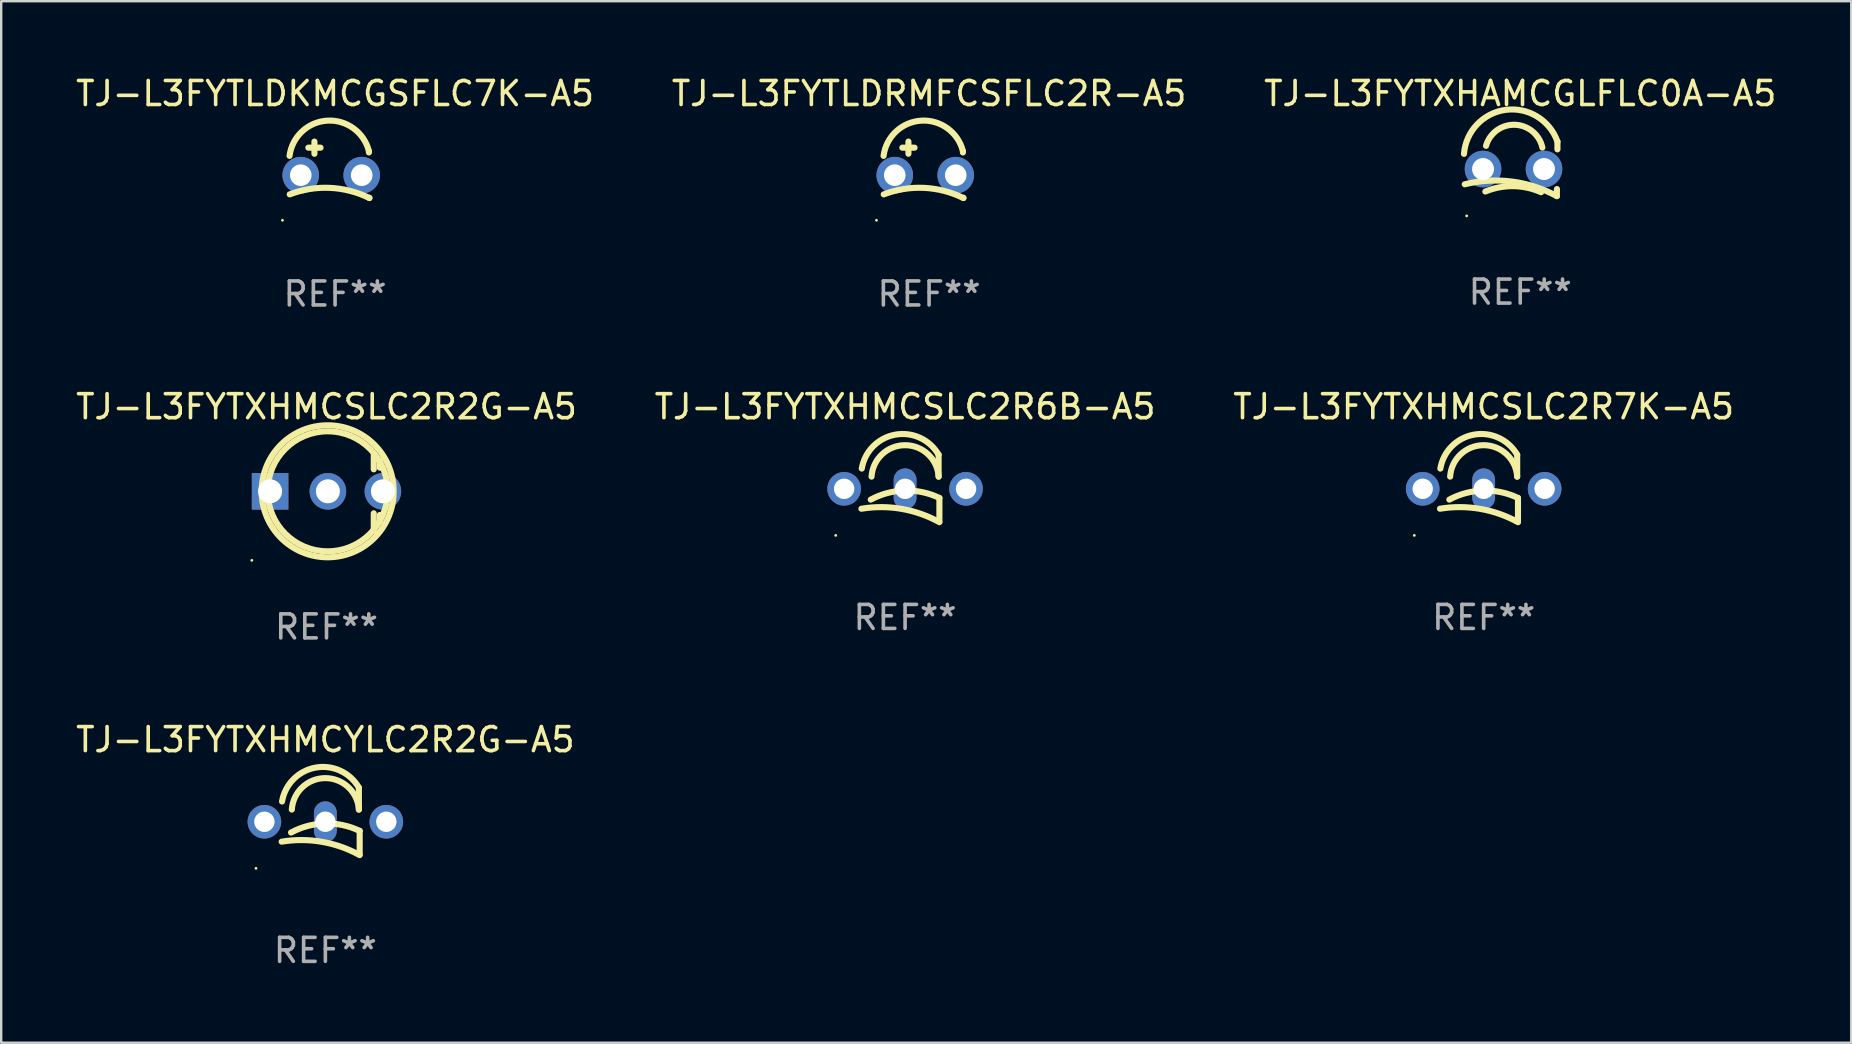
<source format=kicad_pcb>
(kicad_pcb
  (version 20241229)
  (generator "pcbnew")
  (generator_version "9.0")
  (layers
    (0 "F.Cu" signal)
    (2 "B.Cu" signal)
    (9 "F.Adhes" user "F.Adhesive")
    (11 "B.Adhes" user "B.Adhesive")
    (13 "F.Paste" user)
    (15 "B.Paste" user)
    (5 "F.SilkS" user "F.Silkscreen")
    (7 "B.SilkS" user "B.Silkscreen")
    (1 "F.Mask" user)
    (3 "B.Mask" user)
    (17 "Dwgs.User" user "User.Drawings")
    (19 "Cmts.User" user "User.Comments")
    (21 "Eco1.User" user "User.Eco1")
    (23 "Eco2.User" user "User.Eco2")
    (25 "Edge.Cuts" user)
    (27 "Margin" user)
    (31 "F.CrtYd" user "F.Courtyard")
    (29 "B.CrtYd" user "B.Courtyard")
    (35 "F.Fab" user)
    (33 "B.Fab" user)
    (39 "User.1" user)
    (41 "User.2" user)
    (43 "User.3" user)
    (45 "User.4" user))
  (footprint "TJ-L3FYTLDKMCGSFLC7K-A5"
    (layer "F.Cu")
    (at 10.911 4.025)
    (property "Reference" "TJ-L3FYTLDKMCGSFLC7K-A5" (at 0 -3.176 0) (layer "F.SilkS") (effects (font (size 1 1) (thickness 0.15))))
    (attr through_hole)
    (fp_line (start -1.114 -0.922) (end -0.606 -0.922) (stroke (width 0.254) (type solid)) (layer "F.SilkS"))
    (fp_line (start -0.86 -1.176) (end -0.86 -0.668) (stroke (width 0.254) (type solid)) (layer "F.SilkS"))
    (fp_line (start 1.41 -0.776) (end 1.41 -0.723) (stroke (width 0.254) (type solid)) (layer "F.SilkS"))
    (fp_line (start 1.43 1.176) (end 1.43 1.164) (stroke (width 0.254) (type solid)) (layer "F.SilkS"))
    (fp_arc (start -1.896915 -0.579704) (mid -0.324751 -2.048067) (end 1.4103 -0.776302) (stroke (width 0.254001) (type solid)) (layer "F.SilkS"))
    (fp_arc (start -1.8897 1.023698) (mid -0.214006 0.752438) (end 1.429731 1.176302) (stroke (width 0.254001) (type solid)) (layer "F.SilkS"))
    (fp_circle (center -2.192 2.103) (end -2.162 2.103) (stroke (width 0.06) (type solid)) (fill no) (layer "F.SilkS"))
    (fp_text user "REF**" (at 0 5.176 0) (layer "F.Fab") (effects (font (size 1 1) (thickness 0.15))))
    (pad "1" thru_hole circle (at -1.43 0.224) (size 1.524 1.524) (drill 0.9) (layers "*.Cu" "*.Mask"))
    (pad "2" thru_hole circle (at 1.11 0.224) (size 1.524 1.524) (drill 0.9) (layers "*.Cu" "*.Mask")))
  (footprint "TJ-L3FYTXHMCSLC2R6B-A5"
    (layer "F.Cu")
    (at 34.661 17.287)
    (property "Reference" "TJ-L3FYTXHMCSLC2R6B-A5" (at 0 -3.39 0) (layer "F.SilkS") (effects (font (size 1 1) (thickness 0.15))))
    (attr through_hole)
    (fp_line (start 1.397 -0.478) (end 1.397 -1.39) (stroke (width 0.254) (type solid)) (layer "F.SilkS"))
    (fp_line (start 1.43 0.41) (end 1.43 1.39) (stroke (width 0.254) (type solid)) (layer "F.SilkS"))
    (fp_arc (start -1.81999 0.859995) (mid -0.147702 0.865515) (end 1.429997 1.41999) (stroke (width 0.254001) (type solid)) (layer "F.SilkS"))
    (fp_arc (start -1.804597 -0.813437) (mid -0.406468 -2.227145) (end 1.397003 -1.389992) (stroke (width 0.254001) (type solid)) (layer "F.SilkS"))
    (fp_arc (start -1.429997 0.48001) (mid -0.008386 0.102367) (end 1.429998 0.410007) (stroke (width 0.254001) (type solid)) (layer "F.SilkS"))
    (fp_arc (start -1.397003 -0.478003) (mid 0 -1.788385) (end 1.397003 -0.478004) (stroke (width 0.254001) (type solid)) (layer "F.SilkS"))
    (fp_circle (center -2.89 1.971) (end -2.86 1.971) (stroke (width 0.06) (type solid)) (fill no) (layer "F.SilkS"))
    (fp_text user "REF**" (at 0 5.39 0) (layer "F.Fab") (effects (font (size 1 1) (thickness 0.15))))
    (pad "1" thru_hole circle (at -2.54 0.03) (size 1.4 1.4) (drill 0.85) (layers "*.Cu" "*.Mask"))
    (pad "2" thru_hole oval (at 0 0.03) (size 0.95 1.7) (drill oval 0.85 0.85) (layers "*.Cu" "*.Mask"))
    (pad "3" thru_hole circle (at 2.54 0.03) (size 1.4 1.4) (drill 0.85) (layers "*.Cu" "*.Mask")))
  (footprint "TJ-L3FYTXHMCYLC2R2G-A5"
    (layer "F.Cu")
    (at 10.506 31.159)
    (property "Reference" "TJ-L3FYTXHMCYLC2R2G-A5" (at 0 -3.39 0) (layer "F.SilkS") (effects (font (size 1 1) (thickness 0.15))))
    (attr through_hole)
    (fp_line (start 1.397 -0.478) (end 1.397 -1.39) (stroke (width 0.254) (type solid)) (layer "F.SilkS"))
    (fp_line (start 1.43 0.41) (end 1.43 1.39) (stroke (width 0.254) (type solid)) (layer "F.SilkS"))
    (fp_arc (start -1.81999 0.859995) (mid -0.147702 0.865515) (end 1.429997 1.41999) (stroke (width 0.254001) (type solid)) (layer "F.SilkS"))
    (fp_arc (start -1.804597 -0.813437) (mid -0.406468 -2.227145) (end 1.397003 -1.389992) (stroke (width 0.254001) (type solid)) (layer "F.SilkS"))
    (fp_arc (start -1.429997 0.48001) (mid -0.008386 0.102367) (end 1.429998 0.410007) (stroke (width 0.254001) (type solid)) (layer "F.SilkS"))
    (fp_arc (start -1.397003 -0.478003) (mid 0 -1.788385) (end 1.397003 -0.478004) (stroke (width 0.254001) (type solid)) (layer "F.SilkS"))
    (fp_circle (center -2.89 1.971) (end -2.86 1.971) (stroke (width 0.06) (type solid)) (fill no) (layer "F.SilkS"))
    (fp_text user "REF**" (at 0 5.39 0) (layer "F.Fab") (effects (font (size 1 1) (thickness 0.15))))
    (pad "1" thru_hole circle (at -2.54 0.03) (size 1.4 1.4) (drill 0.85) (layers "*.Cu" "*.Mask"))
    (pad "2" thru_hole oval (at 0 0.03) (size 0.95 1.7) (drill oval 0.85 0.85) (layers "*.Cu" "*.Mask"))
    (pad "3" thru_hole circle (at 2.54 0.03) (size 1.4 1.4) (drill 0.85) (layers "*.Cu" "*.Mask")))
  (footprint "TJ-L3FYTLDRMFCSFLC2R-A5"
    (layer "F.Cu")
    (at 35.661 4.025)
    (property "Reference" "TJ-L3FYTLDRMFCSFLC2R-A5" (at 0 -3.176 0) (layer "F.SilkS") (effects (font (size 1 1) (thickness 0.15))))
    (attr through_hole)
    (fp_line (start -1.114 -0.922) (end -0.606 -0.922) (stroke (width 0.254) (type solid)) (layer "F.SilkS"))
    (fp_line (start -0.86 -1.176) (end -0.86 -0.668) (stroke (width 0.254) (type solid)) (layer "F.SilkS"))
    (fp_line (start 1.41 -0.776) (end 1.41 -0.723) (stroke (width 0.254) (type solid)) (layer "F.SilkS"))
    (fp_line (start 1.43 1.176) (end 1.43 1.164) (stroke (width 0.254) (type solid)) (layer "F.SilkS"))
    (fp_arc (start -1.896915 -0.579704) (mid -0.324751 -2.048067) (end 1.4103 -0.776302) (stroke (width 0.254001) (type solid)) (layer "F.SilkS"))
    (fp_arc (start -1.8897 1.023698) (mid -0.214006 0.752438) (end 1.429731 1.176302) (stroke (width 0.254001) (type solid)) (layer "F.SilkS"))
    (fp_circle (center -2.192 2.103) (end -2.162 2.103) (stroke (width 0.06) (type solid)) (fill no) (layer "F.SilkS"))
    (fp_text user "REF**" (at 0 5.176 0) (layer "F.Fab") (effects (font (size 1 1) (thickness 0.15))))
    (pad "1" thru_hole circle (at -1.43 0.224) (size 1.524 1.524) (drill 0.9) (layers "*.Cu" "*.Mask"))
    (pad "2" thru_hole circle (at 1.11 0.224) (size 1.524 1.524) (drill 0.9) (layers "*.Cu" "*.Mask")))
  (footprint "TJ-L3FYTXHMCSLC2R7K-A5"
    (layer "F.Cu")
    (at 58.768 17.287)
    (property "Reference" "TJ-L3FYTXHMCSLC2R7K-A5" (at 0 -3.39 0) (layer "F.SilkS") (effects (font (size 1 1) (thickness 0.15))))
    (attr through_hole)
    (fp_line (start 1.397 -0.478) (end 1.397 -1.39) (stroke (width 0.254) (type solid)) (layer "F.SilkS"))
    (fp_line (start 1.43 0.41) (end 1.43 1.39) (stroke (width 0.254) (type solid)) (layer "F.SilkS"))
    (fp_arc (start -1.81999 0.859995) (mid -0.147702 0.865515) (end 1.429997 1.41999) (stroke (width 0.254001) (type solid)) (layer "F.SilkS"))
    (fp_arc (start -1.804597 -0.813437) (mid -0.406468 -2.227145) (end 1.397003 -1.389992) (stroke (width 0.254001) (type solid)) (layer "F.SilkS"))
    (fp_arc (start -1.429997 0.48001) (mid -0.008386 0.102367) (end 1.429998 0.410007) (stroke (width 0.254001) (type solid)) (layer "F.SilkS"))
    (fp_arc (start -1.397003 -0.478003) (mid 0 -1.788385) (end 1.397003 -0.478004) (stroke (width 0.254001) (type solid)) (layer "F.SilkS"))
    (fp_circle (center -2.89 1.971) (end -2.86 1.971) (stroke (width 0.06) (type solid)) (fill no) (layer "F.SilkS"))
    (fp_text user "REF**" (at 0 5.39 0) (layer "F.Fab") (effects (font (size 1 1) (thickness 0.15))))
    (pad "1" thru_hole circle (at -2.54 0.03) (size 1.4 1.4) (drill 0.85) (layers "*.Cu" "*.Mask"))
    (pad "2" thru_hole oval (at 0 0.03) (size 0.95 1.7) (drill oval 0.85 0.85) (layers "*.Cu" "*.Mask"))
    (pad "3" thru_hole circle (at 2.54 0.03) (size 1.4 1.4) (drill 0.85) (layers "*.Cu" "*.Mask")))
  (footprint "TJ-L3FYTXHAMCGLFLC0A-A5"
    (layer "F.Cu")
    (at 60.292 3.985)
    (property "Reference" "TJ-L3FYTXHAMCGLFLC0A-A5" (at 0 -3.137 0) (layer "F.SilkS") (effects (font (size 1 1) (thickness 0.15))))
    (attr through_hole)
    (fp_line (start 1.529 0.842) (end 1.525 1.137) (stroke (width 0.254) (type solid)) (layer "F.SilkS"))
    (fp_line (start 1.55 -1.137) (end 1.55 -0.811) (stroke (width 0.254) (type solid)) (layer "F.SilkS"))
    (fp_arc (start -2.344336 -0.624664) (mid -0.604362 -2.457931) (end 1.550229 -1.136525) (stroke (width 0.254001) (type solid)) (layer "F.SilkS"))
    (fp_arc (start -2.31223 0.643358) (mid -0.347208 0.529557) (end 1.525184 1.136526) (stroke (width 0.254001) (type solid)) (layer "F.SilkS"))
    (fp_arc (start -1.45348 0.944425) (mid -0.289454 0.72139) (end 0.868415 0.974448) (stroke (width 0.254001) (type solid)) (layer "F.SilkS"))
    (fp_arc (start -1.426174 -0.958548) (mid -0.223791 -1.836179) (end 0.922695 -0.88669) (stroke (width 0.254001) (type solid)) (layer "F.SilkS"))
    (fp_circle (center -2.231 1.96) (end -2.201 1.96) (stroke (width 0.06) (type solid)) (fill no) (layer "F.SilkS"))
    (fp_text user "REF**" (at 0 5.137 0) (layer "F.Fab") (effects (font (size 1 1) (thickness 0.15))))
    (pad "1" thru_hole circle (at -1.55 0.008) (size 1.524 1.524) (drill 0.914) (layers "*.Cu" "*.Mask"))
    (pad "2" thru_hole circle (at 0.99 0.008) (size 1.524 1.524) (drill 0.914) (layers "*.Cu" "*.Mask")))
  (footprint "TJ-L3FYTXHMCSLC2R2G-A5"
    (layer "F.Cu")
    (at 10.554 17.485)
    (property "Reference" "TJ-L3FYTXHMCSLC2R2G-A5" (at 0 -3.588 0) (layer "F.SilkS") (effects (font (size 1 1) (thickness 0.15))))
    (attr through_hole)
    (fp_line (start 1.969 -1.588) (end 1.969 -0.98) (stroke (width 0.254) (type solid)) (layer "F.SilkS"))
    (fp_line (start 1.969 0.853) (end 1.969 1.588) (stroke (width 0.254) (type solid)) (layer "F.SilkS"))
    (fp_line (start 2.223 -1.334) (end 2.223 -1.048) (stroke (width 0.254) (type solid)) (layer "F.SilkS"))
    (fp_line (start 2.223 0.921) (end 2.223 1.207) (stroke (width 0.254) (type solid)) (layer "F.SilkS"))
    (fp_circle (center -3.112 2.812) (end -3.082 2.812) (stroke (width 0.06) (type solid)) (fill no) (layer "F.SilkS"))
    (fp_circle (center 0.048 -0.065) (end 2.798 -0.065) (stroke (width 0.254) (type solid)) (fill no) (layer "F.SilkS"))
    (fp_circle (center 0.048 -0.064) (end 2.548 -0.064) (stroke (width 0.254) (type solid)) (fill no) (layer "F.SilkS"))
    (fp_text user "REF**" (at 0 5.588 0) (layer "F.Fab") (effects (font (size 1 1) (thickness 0.15))))
    (pad "1" thru_hole rect (at -2.35 -0.064) (size 1.524 1.524) (drill 1) (layers "*.Cu" "*.Mask"))
    (pad "2" thru_hole circle (at 0.058 -0.064) (size 1.524 1.524) (drill 1) (layers "*.Cu" "*.Mask"))
    (pad "3" thru_hole circle (at 2.35 -0.064) (size 1.524 1.524) (drill 1) (layers "*.Cu" "*.Mask")))
  (gr_rect
    (start -3 -3)
    (end 74.083 40.397)
    (stroke (width 0.1) (type default))
    (fill no)
    (layer "Edge.Cuts")))
</source>
